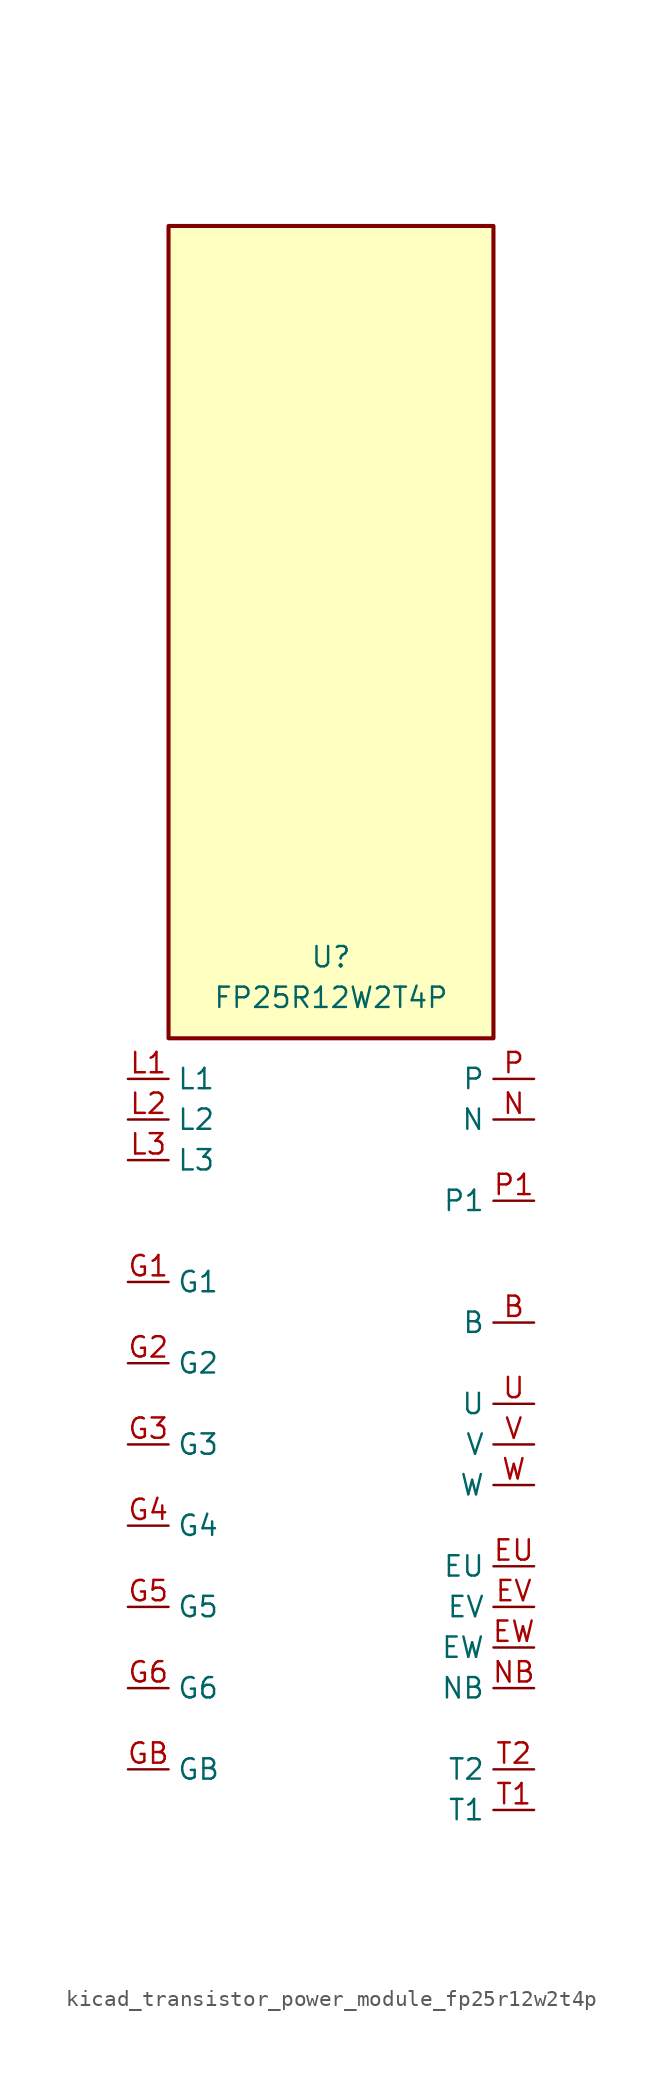
<source format=kicad_sym>
(kicad_symbol_lib
  (version 20220914)
  (generator kicad_symbol_editor)
  (symbol "kicad_transistor_power_module_fp25r12w2t4p"
    (property "Reference" "U"
      (at 0 30.48 0)
      (effects (font (size 1.27 1.27))))
    (property "Value" "FP25R12W2T4P"
      (at 0 27.94 0)
      (effects (font (size 1.27 1.27))))
    (symbol "kicad_transistor_power_module_fp25r12w2t4p_1_1"
      (rectangle (start 10.16 76.2) (end -10.16 25.4) (stroke (width 0.254) (type default)) (fill (type background)))
      (pin passive line (at 12.7 7.62 180) (length 2.54) (name "B" (effects (font (size 1.27 1.27)))) (number "B" (effects (font (size 1.27 1.27)))))
      (pin passive line (at 12.7 -7.62 180) (length 2.54) (name "EU" (effects (font (size 1.27 1.27)))) (number "EU" (effects (font (size 1.27 1.27)))))
      (pin passive line (at 12.7 -10.16 180) (length 2.54) (name "EV" (effects (font (size 1.27 1.27)))) (number "EV" (effects (font (size 1.27 1.27)))))
      (pin passive line (at 12.7 -12.7 180) (length 2.54) (name "EW" (effects (font (size 1.27 1.27)))) (number "EW" (effects (font (size 1.27 1.27)))))
      (pin passive line (at -12.7 10.16 0) (length 2.54) (name "G1" (effects (font (size 1.27 1.27)))) (number "G1" (effects (font (size 1.27 1.27)))))
      (pin passive line (at -12.7 5.08 0) (length 2.54) (name "G2" (effects (font (size 1.27 1.27)))) (number "G2" (effects (font (size 1.27 1.27)))))
      (pin passive line (at -12.7 0 0) (length 2.54) (name "G3" (effects (font (size 1.27 1.27)))) (number "G3" (effects (font (size 1.27 1.27)))))
      (pin passive line (at -12.7 -5.08 0) (length 2.54) (name "G4" (effects (font (size 1.27 1.27)))) (number "G4" (effects (font (size 1.27 1.27)))))
      (pin passive line (at -12.7 -10.16 0) (length 2.54) (name "G5" (effects (font (size 1.27 1.27)))) (number "G5" (effects (font (size 1.27 1.27)))))
      (pin passive line (at -12.7 -15.24 0) (length 2.54) (name "G6" (effects (font (size 1.27 1.27)))) (number "G6" (effects (font (size 1.27 1.27)))))
      (pin passive line (at -12.7 -20.32 0) (length 2.54) (name "GB" (effects (font (size 1.27 1.27)))) (number "GB" (effects (font (size 1.27 1.27)))))
      (pin passive line (at -12.7 22.86 0) (length 2.54) (name "L1" (effects (font (size 1.27 1.27)))) (number "L1" (effects (font (size 1.27 1.27)))))
      (pin passive line (at -12.7 20.32 0) (length 2.54) (name "L2" (effects (font (size 1.27 1.27)))) (number "L2" (effects (font (size 1.27 1.27)))))
      (pin passive line (at -12.7 17.78 0) (length 2.54) (name "L3" (effects (font (size 1.27 1.27)))) (number "L3" (effects (font (size 1.27 1.27)))))
      (pin passive line (at 12.7 20.32 180) (length 2.54) (name "N" (effects (font (size 1.27 1.27)))) (number "N" (effects (font (size 1.27 1.27)))))
      (pin passive line (at 12.7 -15.24 180) (length 2.54) (name "NB" (effects (font (size 1.27 1.27)))) (number "NB" (effects (font (size 1.27 1.27)))))
      (pin passive line (at 12.7 22.86 180) (length 2.54) (name "P" (effects (font (size 1.27 1.27)))) (number "P" (effects (font (size 1.27 1.27)))))
      (pin passive line (at 12.7 15.24 180) (length 2.54) (name "P1" (effects (font (size 1.27 1.27)))) (number "P1" (effects (font (size 1.27 1.27)))))
      (pin passive line (at 12.7 -22.86 180) (length 2.54) (name "T1" (effects (font (size 1.27 1.27)))) (number "T1" (effects (font (size 1.27 1.27)))))
      (pin passive line (at 12.7 -20.32 180) (length 2.54) (name "T2" (effects (font (size 1.27 1.27)))) (number "T2" (effects (font (size 1.27 1.27)))))
      (pin passive line (at 12.7 2.54 180) (length 2.54) (name "U" (effects (font (size 1.27 1.27)))) (number "U" (effects (font (size 1.27 1.27)))))
      (pin passive line (at 12.7 0 180) (length 2.54) (name "V" (effects (font (size 1.27 1.27)))) (number "V" (effects (font (size 1.27 1.27)))))
      (pin passive line (at 12.7 -2.54 180) (length 2.54) (name "W" (effects (font (size 1.27 1.27)))) (number "W" (effects (font (size 1.27 1.27))))))))
</source>
